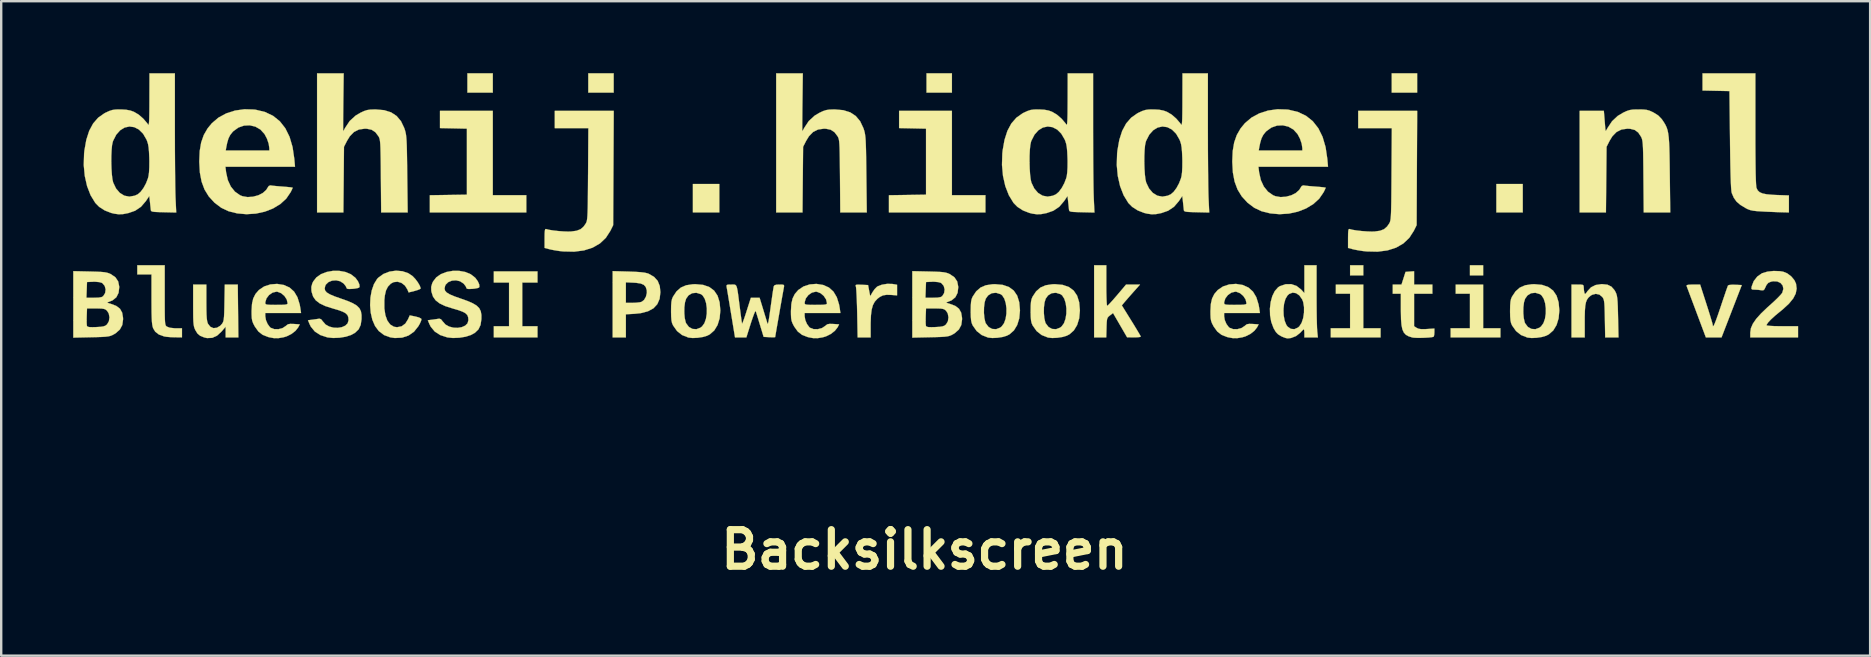
<source format=kicad_pcb>
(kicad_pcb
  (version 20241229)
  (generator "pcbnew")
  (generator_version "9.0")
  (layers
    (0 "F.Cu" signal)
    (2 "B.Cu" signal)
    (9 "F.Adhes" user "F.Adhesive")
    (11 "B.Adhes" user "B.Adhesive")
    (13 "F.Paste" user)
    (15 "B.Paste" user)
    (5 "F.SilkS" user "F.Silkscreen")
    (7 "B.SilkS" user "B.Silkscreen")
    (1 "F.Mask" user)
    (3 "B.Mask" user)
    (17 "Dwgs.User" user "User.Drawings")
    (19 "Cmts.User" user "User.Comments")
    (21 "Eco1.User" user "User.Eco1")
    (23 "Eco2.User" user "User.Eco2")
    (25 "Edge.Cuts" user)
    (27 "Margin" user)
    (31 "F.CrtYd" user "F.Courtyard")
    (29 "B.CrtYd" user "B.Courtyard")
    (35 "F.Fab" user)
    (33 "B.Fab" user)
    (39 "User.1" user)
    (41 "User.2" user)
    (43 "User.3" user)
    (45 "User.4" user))
  (footprint "Backsilkscreen"
    (layer "F.Cu")
    (at 35.48 19.859)
    (property "Reference" "Backsilkscreen" (at 0 0 0) (layer "F.SilkS") (effects (font (size 1.524 1.524) (thickness 0.3))))
    (attr through_hole)
    (fp_poly (pts (xy -17.992 -19.05) (xy -19.05 -19.05) (xy -19.05 -19.854) (xy -17.992 -19.854) (xy -17.992 -19.05)) (stroke (width 0.01) (type solid)) (fill yes) (layer "F.SilkS"))
    (fp_poly (pts (xy -12.954 -19.05) (xy -14.012 -19.05) (xy -14.012 -19.854) (xy -12.954 -19.854) (xy -12.954 -19.05)) (stroke (width 0.01) (type solid)) (fill yes) (layer "F.SilkS"))
    (fp_poly (pts (xy -8.551 -14.055) (xy -9.652 -14.055) (xy -9.652 -15.24) (xy -8.551 -15.24) (xy -8.551 -14.055)) (stroke (width 0.01) (type solid)) (fill yes) (layer "F.SilkS"))
    (fp_poly (pts (xy 1.143 -19.05) (xy 0.085 -19.05) (xy 0.085 -19.854) (xy 1.143 -19.854) (xy 1.143 -19.05)) (stroke (width 0.01) (type solid)) (fill yes) (layer "F.SilkS"))
    (fp_poly (pts (xy 18.288 -11.43) (xy 17.738 -11.43) (xy 17.738 -11.853) (xy 18.288 -11.853) (xy 18.288 -11.43)) (stroke (width 0.01) (type solid)) (fill yes) (layer "F.SilkS"))
    (fp_poly (pts (xy 20.532 -19.05) (xy 19.473 -19.05) (xy 19.473 -19.854) (xy 20.532 -19.854) (xy 20.532 -19.05)) (stroke (width 0.01) (type solid)) (fill yes) (layer "F.SilkS"))
    (fp_poly (pts (xy 23.283 -11.43) (xy 22.733 -11.43) (xy 22.733 -11.853) (xy 23.283 -11.853) (xy 23.283 -11.43)) (stroke (width 0.01) (type solid)) (fill yes) (layer "F.SilkS"))
    (fp_poly (pts (xy 24.934 -14.055) (xy 23.834 -14.055) (xy 23.834 -15.24) (xy 24.934 -15.24) (xy 24.934 -14.055)) (stroke (width 0.01) (type solid)) (fill yes) (layer "F.SilkS"))
    (fp_poly (pts (xy 18.288 -9.229) (xy 19.008 -9.229) (xy 19.008 -8.848) (xy 16.933 -8.848) (xy 16.933 -9.229) (xy 17.738 -9.229) (xy 17.738 -10.668) (xy 17.145 -10.668) (xy 17.145 -11.049) (xy 18.288 -11.049) (xy 18.288 -9.229)) (stroke (width 0.01) (type solid)) (fill yes) (layer "F.SilkS"))
    (fp_poly (pts (xy 23.283 -9.229) (xy 24.003 -9.229) (xy 24.003 -8.848) (xy 21.929 -8.848) (xy 21.929 -9.229) (xy 22.733 -9.229) (xy 22.733 -10.668) (xy 22.14 -10.668) (xy 22.14 -11.049) (xy 23.283 -11.049) (xy 23.283 -9.229)) (stroke (width 0.01) (type solid)) (fill yes) (layer "F.SilkS"))
    (fp_poly (pts (xy 1.143 -14.774) (xy 2.54 -14.774) (xy 2.54 -14.055) (xy -1.482 -14.055) (xy -1.482 -14.772) (xy -0.709 -14.784) (xy 0.064 -14.796) (xy 0.064 -17.547) (xy -1.058 -17.571) (xy -1.058 -18.288) (xy 1.143 -18.288) (xy 1.143 -14.774)) (stroke (width 0.01) (type solid)) (fill yes) (layer "F.SilkS"))
    (fp_poly (pts (xy -17.992 -14.774) (xy -16.595 -14.774) (xy -16.595 -14.055) (xy -20.616 -14.055) (xy -20.616 -14.772) (xy -19.844 -14.784) (xy -19.071 -14.796) (xy -19.071 -17.547) (xy -19.632 -17.559) (xy -20.193 -17.571) (xy -20.193 -18.288) (xy -17.992 -18.288) (xy -17.992 -14.774)) (stroke (width 0.01) (type solid)) (fill yes) (layer "F.SilkS"))
    (fp_poly (pts (xy -16.129 -11.134) (xy -16.764 -11.134) (xy -16.764 -9.313) (xy -16.129 -9.313) (xy -16.129 -8.848) (xy -17.949 -8.848) (xy -17.949 -9.313) (xy -17.314 -9.313) (xy -17.314 -11.134) (xy -17.949 -11.134) (xy -17.949 -11.599) (xy -16.129 -11.599) (xy -16.129 -11.134)) (stroke (width 0.01) (type solid)) (fill yes) (layer "F.SilkS"))
    (fp_poly (pts (xy -31.665 -10.607) (xy -31.665 -10.25) (xy -31.664 -9.968) (xy -31.662 -9.751) (xy -31.658 -9.591) (xy -31.651 -9.478) (xy -31.64 -9.402) (xy -31.626 -9.353) (xy -31.606 -9.323) (xy -31.581 -9.302) (xy -31.571 -9.295) (xy -31.45 -9.249) (xy -31.259 -9.229) (xy -31.211 -9.229) (xy -30.946 -9.229) (xy -30.946 -8.848) (xy -31.253 -8.852) (xy -31.426 -8.858) (xy -31.582 -8.871) (xy -31.686 -8.887) (xy -31.908 -8.967) (xy -32.061 -9.085) (xy -32.147 -9.228) (xy -32.169 -9.297) (xy -32.186 -9.386) (xy -32.199 -9.506) (xy -32.207 -9.668) (xy -32.213 -9.884) (xy -32.215 -10.164) (xy -32.216 -10.436) (xy -32.216 -11.472) (xy -32.808 -11.472) (xy -32.808 -11.853) (xy -31.665 -11.853) (xy -31.665 -10.607)) (stroke (width 0.01) (type solid)) (fill yes) (layer "F.SilkS"))
    (fp_poly (pts (xy -12.33 -11.591) (xy -12.042 -11.58) (xy -11.825 -11.565) (xy -11.666 -11.546) (xy -11.55 -11.519) (xy -11.494 -11.499) (xy -11.271 -11.37) (xy -11.119 -11.203) (xy -11.033 -10.989) (xy -11.007 -10.732) (xy -11.038 -10.457) (xy -11.134 -10.234) (xy -11.295 -10.06) (xy -11.524 -9.936) (xy -11.822 -9.858) (xy -12.076 -9.831) (xy -12.446 -9.81) (xy -12.446 -8.848) (xy -12.996 -8.848) (xy -12.996 -10.287) (xy -12.446 -10.287) (xy -12.174 -10.287) (xy -12.011 -10.294) (xy -11.868 -10.31) (xy -11.791 -10.329) (xy -11.687 -10.409) (xy -11.61 -10.542) (xy -11.571 -10.701) (xy -11.576 -10.817) (xy -11.618 -10.949) (xy -11.698 -11.038) (xy -11.828 -11.093) (xy -12.022 -11.122) (xy -12.112 -11.127) (xy -12.446 -11.143) (xy -12.446 -10.287) (xy -12.996 -10.287) (xy -12.996 -11.609) (xy -12.33 -11.591)) (stroke (width 0.01) (type solid)) (fill yes) (layer "F.SilkS"))
    (fp_poly (pts (xy -1.341 -11.075) (xy -1.312 -11.07) (xy -1.143 -11.042) (xy -1.143 -10.598) (xy -1.374 -10.617) (xy -1.58 -10.623) (xy -1.735 -10.597) (xy -1.868 -10.53) (xy -1.967 -10.452) (xy -2.072 -10.336) (xy -2.149 -10.193) (xy -2.201 -10.008) (xy -2.231 -9.769) (xy -2.243 -9.463) (xy -2.244 -9.369) (xy -2.244 -8.848) (xy -2.786 -8.848) (xy -2.805 -9.853) (xy -2.812 -10.142) (xy -2.821 -10.406) (xy -2.831 -10.633) (xy -2.841 -10.81) (xy -2.851 -10.924) (xy -2.857 -10.956) (xy -2.871 -11.008) (xy -2.856 -11.036) (xy -2.795 -11.046) (xy -2.672 -11.043) (xy -2.62 -11.041) (xy -2.351 -11.028) (xy -2.307 -10.795) (xy -2.262 -10.562) (xy -2.164 -10.735) (xy -2.079 -10.857) (xy -1.984 -10.953) (xy -1.954 -10.974) (xy -1.776 -11.043) (xy -1.558 -11.079) (xy -1.341 -11.075)) (stroke (width 0.01) (type solid)) (fill yes) (layer "F.SilkS"))
    (fp_poly (pts (xy 20.405 -11.049) (xy 21.167 -11.049) (xy 21.167 -10.668) (xy 20.405 -10.668) (xy 20.405 -9.315) (xy 20.511 -9.245) (xy 20.592 -9.208) (xy 20.701 -9.191) (xy 20.86 -9.191) (xy 20.935 -9.196) (xy 21.251 -9.216) (xy 21.251 -9.055) (xy 21.243 -8.947) (xy 21.223 -8.88) (xy 21.218 -8.874) (xy 21.149 -8.857) (xy 21.021 -8.843) (xy 20.855 -8.833) (xy 20.678 -8.828) (xy 20.513 -8.829) (xy 20.384 -8.836) (xy 20.332 -8.844) (xy 20.179 -8.892) (xy 20.062 -8.957) (xy 19.977 -9.05) (xy 19.918 -9.18) (xy 19.881 -9.36) (xy 19.861 -9.6) (xy 19.855 -9.911) (xy 19.854 -9.989) (xy 19.854 -10.668) (xy 19.516 -10.668) (xy 19.516 -11.049) (xy 19.88 -11.049) (xy 19.965 -11.314) (xy 20.049 -11.578) (xy 20.227 -11.591) (xy 20.405 -11.604) (xy 20.405 -11.049)) (stroke (width 0.01) (type solid)) (fill yes) (layer "F.SilkS"))
    (fp_poly (pts (xy 32.59 -10.234) (xy 32.67 -9.984) (xy 32.74 -9.759) (xy 32.796 -9.573) (xy 32.835 -9.44) (xy 32.851 -9.371) (xy 32.852 -9.366) (xy 32.858 -9.311) (xy 32.883 -9.324) (xy 32.927 -9.409) (xy 32.99 -9.568) (xy 33.074 -9.803) (xy 33.181 -10.117) (xy 33.189 -10.143) (xy 33.273 -10.394) (xy 33.35 -10.619) (xy 33.413 -10.805) (xy 33.461 -10.938) (xy 33.487 -11.007) (xy 33.489 -11.012) (xy 33.542 -11.032) (xy 33.653 -11.042) (xy 33.789 -11.041) (xy 34.063 -11.028) (xy 33.641 -9.938) (xy 33.219 -8.848) (xy 32.565 -8.848) (xy 32.173 -9.895) (xy 32.067 -10.178) (xy 31.97 -10.435) (xy 31.887 -10.657) (xy 31.822 -10.832) (xy 31.778 -10.949) (xy 31.761 -10.996) (xy 31.774 -11.026) (xy 31.847 -11.042) (xy 31.992 -11.049) (xy 32.034 -11.049) (xy 32.327 -11.049) (xy 32.59 -10.234)) (stroke (width 0.01) (type solid)) (fill yes) (layer "F.SilkS"))
    (fp_poly (pts (xy -29.93 -10.304) (xy -29.928 -10.017) (xy -29.923 -9.8) (xy -29.913 -9.642) (xy -29.897 -9.529) (xy -29.875 -9.447) (xy -29.861 -9.415) (xy -29.764 -9.29) (xy -29.635 -9.234) (xy -29.492 -9.248) (xy -29.352 -9.331) (xy -29.278 -9.412) (xy -29.246 -9.461) (xy -29.222 -9.519) (xy -29.205 -9.6) (xy -29.193 -9.717) (xy -29.185 -9.883) (xy -29.179 -10.112) (xy -29.176 -10.29) (xy -29.162 -11.049) (xy -28.62 -11.049) (xy -28.608 -9.948) (xy -28.596 -8.848) (xy -28.861 -8.848) (xy -29.125 -8.848) (xy -29.126 -9.292) (xy -29.297 -9.092) (xy -29.485 -8.919) (xy -29.684 -8.829) (xy -29.899 -8.819) (xy -30.017 -8.845) (xy -30.186 -8.913) (xy -30.301 -9.009) (xy -30.391 -9.156) (xy -30.391 -9.157) (xy -30.422 -9.226) (xy -30.444 -9.299) (xy -30.46 -9.389) (xy -30.471 -9.511) (xy -30.477 -9.676) (xy -30.479 -9.899) (xy -30.48 -10.193) (xy -30.48 -11.049) (xy -29.93 -11.049) (xy -29.93 -10.304)) (stroke (width 0.01) (type solid)) (fill yes) (layer "F.SilkS"))
    (fp_poly (pts (xy 7.578 -11.007) (xy 7.579 -10.749) (xy 7.584 -10.523) (xy 7.591 -10.342) (xy 7.6 -10.217) (xy 7.611 -10.162) (xy 7.613 -10.16) (xy 7.652 -10.191) (xy 7.734 -10.275) (xy 7.848 -10.4) (xy 7.983 -10.556) (xy 8.025 -10.604) (xy 8.401 -11.049) (xy 8.983 -11.049) (xy 8.714 -10.747) (xy 8.582 -10.598) (xy 8.458 -10.456) (xy 8.362 -10.345) (xy 8.335 -10.314) (xy 8.225 -10.181) (xy 8.619 -9.546) (xy 8.747 -9.339) (xy 8.857 -9.156) (xy 8.944 -9.011) (xy 8.999 -8.914) (xy 9.015 -8.879) (xy 8.977 -8.864) (xy 8.877 -8.852) (xy 8.735 -8.848) (xy 8.731 -8.848) (xy 8.445 -8.849) (xy 8.152 -9.355) (xy 7.858 -9.862) (xy 7.728 -9.762) (xy 7.668 -9.713) (xy 7.63 -9.662) (xy 7.607 -9.591) (xy 7.595 -9.479) (xy 7.588 -9.308) (xy 7.587 -9.255) (xy 7.575 -8.848) (xy 7.07 -8.848) (xy 7.07 -11.853) (xy 7.578 -11.853) (xy 7.578 -11.007)) (stroke (width 0.01) (type solid)) (fill yes) (layer "F.SilkS"))
    (fp_poly (pts (xy -12.975 -13.525) (xy -13.092 -13.287) (xy -13.28 -12.996) (xy -13.528 -12.762) (xy -13.833 -12.587) (xy -14.191 -12.473) (xy -14.599 -12.42) (xy -15.054 -12.43) (xy -15.224 -12.448) (xy -15.399 -12.475) (xy -15.57 -12.508) (xy -15.657 -12.529) (xy -15.833 -12.576) (xy -15.833 -12.981) (xy -15.831 -13.172) (xy -15.823 -13.291) (xy -15.808 -13.352) (xy -15.783 -13.366) (xy -15.773 -13.364) (xy -15.654 -13.333) (xy -15.475 -13.304) (xy -15.264 -13.28) (xy -15.047 -13.264) (xy -14.848 -13.257) (xy -14.724 -13.261) (xy -14.499 -13.292) (xy -14.333 -13.357) (xy -14.205 -13.468) (xy -14.118 -13.593) (xy -14.098 -13.631) (xy -14.081 -13.674) (xy -14.068 -13.731) (xy -14.057 -13.809) (xy -14.048 -13.916) (xy -14.041 -14.061) (xy -14.035 -14.25) (xy -14.031 -14.492) (xy -14.028 -14.795) (xy -14.025 -15.166) (xy -14.022 -15.613) (xy -14.021 -15.653) (xy -14.009 -17.568) (xy -15.409 -17.568) (xy -15.409 -18.288) (xy -12.951 -18.288) (xy -12.975 -13.525)) (stroke (width 0.01) (type solid)) (fill yes) (layer "F.SilkS"))
    (fp_poly (pts (xy 34.629 -17.532) (xy 34.629 -16.947) (xy 34.632 -16.445) (xy 34.636 -16.023) (xy 34.641 -15.681) (xy 34.649 -15.416) (xy 34.658 -15.226) (xy 34.668 -15.111) (xy 34.676 -15.076) (xy 34.727 -14.974) (xy 34.807 -14.899) (xy 34.929 -14.846) (xy 35.104 -14.811) (xy 35.344 -14.79) (xy 35.507 -14.782) (xy 36.026 -14.764) (xy 36.026 -14.055) (xy 35.719 -14.062) (xy 35.544 -14.068) (xy 35.318 -14.077) (xy 35.076 -14.087) (xy 34.925 -14.095) (xy 34.7 -14.109) (xy 34.538 -14.127) (xy 34.415 -14.153) (xy 34.31 -14.192) (xy 34.227 -14.234) (xy 34.004 -14.369) (xy 33.845 -14.505) (xy 33.732 -14.663) (xy 33.645 -14.864) (xy 33.644 -14.864) (xy 33.631 -14.939) (xy 33.618 -15.083) (xy 33.607 -15.299) (xy 33.597 -15.588) (xy 33.588 -15.955) (xy 33.58 -16.4) (xy 33.573 -16.927) (xy 33.572 -17.06) (xy 33.549 -19.113) (xy 32.988 -19.125) (xy 32.427 -19.137) (xy 32.427 -19.854) (xy 34.629 -19.854) (xy 34.629 -17.532)) (stroke (width 0.01) (type solid)) (fill yes) (layer "F.SilkS"))
    (fp_poly (pts (xy 20.522 -15.907) (xy 20.511 -13.525) (xy 20.393 -13.287) (xy 20.205 -12.996) (xy 19.957 -12.762) (xy 19.653 -12.587) (xy 19.295 -12.473) (xy 18.887 -12.42) (xy 18.432 -12.43) (xy 18.262 -12.448) (xy 18.087 -12.475) (xy 17.915 -12.508) (xy 17.828 -12.529) (xy 17.653 -12.576) (xy 17.653 -12.981) (xy 17.655 -13.172) (xy 17.663 -13.291) (xy 17.678 -13.352) (xy 17.703 -13.366) (xy 17.712 -13.364) (xy 17.832 -13.333) (xy 18.01 -13.304) (xy 18.221 -13.28) (xy 18.439 -13.264) (xy 18.637 -13.257) (xy 18.761 -13.261) (xy 18.987 -13.292) (xy 19.153 -13.357) (xy 19.28 -13.468) (xy 19.367 -13.593) (xy 19.388 -13.631) (xy 19.404 -13.674) (xy 19.418 -13.731) (xy 19.429 -13.809) (xy 19.438 -13.916) (xy 19.445 -14.061) (xy 19.45 -14.25) (xy 19.455 -14.492) (xy 19.458 -14.795) (xy 19.461 -15.166) (xy 19.464 -15.613) (xy 19.464 -15.653) (xy 19.477 -17.568) (xy 18.076 -17.568) (xy 18.076 -18.288) (xy 20.534 -18.288) (xy 20.522 -15.907)) (stroke (width 0.01) (type solid)) (fill yes) (layer "F.SilkS"))
    (fp_poly (pts (xy 28.464 -11.044) (xy 28.629 -10.963) (xy 28.758 -10.816) (xy 28.806 -10.729) (xy 28.835 -10.661) (xy 28.857 -10.581) (xy 28.873 -10.476) (xy 28.886 -10.332) (xy 28.895 -10.137) (xy 28.902 -9.877) (xy 28.906 -9.705) (xy 28.924 -8.848) (xy 28.37 -8.848) (xy 28.356 -9.628) (xy 28.35 -9.906) (xy 28.344 -10.113) (xy 28.335 -10.262) (xy 28.321 -10.366) (xy 28.303 -10.439) (xy 28.277 -10.492) (xy 28.253 -10.527) (xy 28.129 -10.631) (xy 27.978 -10.663) (xy 27.821 -10.622) (xy 27.753 -10.578) (xy 27.671 -10.504) (xy 27.61 -10.418) (xy 27.567 -10.307) (xy 27.539 -10.159) (xy 27.524 -9.96) (xy 27.517 -9.696) (xy 27.517 -9.526) (xy 27.517 -8.848) (xy 26.966 -8.848) (xy 26.966 -11.049) (xy 27.22 -11.049) (xy 27.361 -11.047) (xy 27.437 -11.035) (xy 27.468 -11.004) (xy 27.475 -10.945) (xy 27.475 -10.933) (xy 27.485 -10.805) (xy 27.501 -10.719) (xy 27.521 -10.663) (xy 27.546 -10.661) (xy 27.594 -10.72) (xy 27.629 -10.772) (xy 27.779 -10.934) (xy 27.97 -11.03) (xy 28.213 -11.067) (xy 28.245 -11.067) (xy 28.464 -11.044)) (stroke (width 0.01) (type solid)) (fill yes) (layer "F.SilkS"))
    (fp_poly (pts (xy -21.758 -11.605) (xy -21.511 -11.521) (xy -21.329 -11.397) (xy -21.219 -11.28) (xy -21.116 -11.143) (xy -21.038 -11.009) (xy -20.999 -10.904) (xy -20.997 -10.887) (xy -21.035 -10.857) (xy -21.133 -10.818) (xy -21.248 -10.784) (xy -21.5 -10.721) (xy -21.55 -10.844) (xy -21.654 -11.008) (xy -21.798 -11.119) (xy -21.961 -11.168) (xy -22.126 -11.15) (xy -22.241 -11.088) (xy -22.361 -10.964) (xy -22.443 -10.803) (xy -22.492 -10.589) (xy -22.511 -10.396) (xy -22.511 -10.058) (xy -22.469 -9.774) (xy -22.387 -9.547) (xy -22.268 -9.385) (xy -22.115 -9.292) (xy -21.982 -9.271) (xy -21.791 -9.309) (xy -21.637 -9.423) (xy -21.524 -9.604) (xy -21.453 -9.765) (xy -21.215 -9.717) (xy -21.066 -9.677) (xy -20.98 -9.631) (xy -20.965 -9.608) (xy -20.979 -9.541) (xy -21.028 -9.429) (xy -21.092 -9.315) (xy -21.274 -9.086) (xy -21.503 -8.926) (xy -21.772 -8.837) (xy -22.073 -8.822) (xy -22.264 -8.849) (xy -22.525 -8.945) (xy -22.744 -9.113) (xy -22.899 -9.321) (xy -23.011 -9.58) (xy -23.079 -9.875) (xy -23.105 -10.19) (xy -23.091 -10.506) (xy -23.037 -10.804) (xy -22.945 -11.068) (xy -22.816 -11.28) (xy -22.765 -11.335) (xy -22.548 -11.492) (xy -22.295 -11.59) (xy -22.025 -11.628) (xy -21.758 -11.605)) (stroke (width 0.01) (type solid)) (fill yes) (layer "F.SilkS"))
    (fp_poly (pts (xy -24.221 -18.648) (xy -24.224 -18.338) (xy -24.227 -18.058) (xy -24.229 -17.817) (xy -24.229 -17.628) (xy -24.229 -17.5) (xy -24.227 -17.443) (xy -24.226 -17.441) (xy -24.203 -17.475) (xy -24.158 -17.558) (xy -24.147 -17.579) (xy -23.956 -17.866) (xy -23.707 -18.093) (xy -23.508 -18.21) (xy -23.357 -18.28) (xy -23.233 -18.321) (xy -23.102 -18.341) (xy -22.93 -18.347) (xy -22.864 -18.347) (xy -22.518 -18.317) (xy -22.231 -18.227) (xy -21.999 -18.074) (xy -21.817 -17.857) (xy -21.681 -17.571) (xy -21.667 -17.528) (xy -21.643 -17.452) (xy -21.624 -17.374) (xy -21.608 -17.286) (xy -21.596 -17.178) (xy -21.586 -17.04) (xy -21.578 -16.863) (xy -21.572 -16.638) (xy -21.567 -16.355) (xy -21.562 -16.004) (xy -21.558 -15.653) (xy -21.539 -14.055) (xy -22.644 -14.055) (xy -22.657 -15.568) (xy -22.66 -15.968) (xy -22.664 -16.292) (xy -22.669 -16.549) (xy -22.674 -16.749) (xy -22.681 -16.9) (xy -22.691 -17.011) (xy -22.703 -17.092) (xy -22.719 -17.15) (xy -22.738 -17.196) (xy -22.754 -17.225) (xy -22.885 -17.399) (xy -23.04 -17.501) (xy -23.238 -17.543) (xy -23.327 -17.546) (xy -23.572 -17.511) (xy -23.777 -17.408) (xy -23.95 -17.231) (xy -24.066 -17.041) (xy -24.194 -16.791) (xy -24.206 -15.423) (xy -24.219 -14.055) (xy -25.315 -14.055) (xy -25.315 -19.854) (xy -24.206 -19.854) (xy -24.221 -18.648)) (stroke (width 0.01) (type solid)) (fill yes) (layer "F.SilkS"))
    (fp_poly (pts (xy -9.227 -11.036) (xy -8.968 -10.947) (xy -8.768 -10.798) (xy -8.625 -10.587) (xy -8.539 -10.313) (xy -8.509 -9.977) (xy -8.509 -9.967) (xy -8.538 -9.642) (xy -8.624 -9.363) (xy -8.761 -9.137) (xy -8.947 -8.974) (xy -9.063 -8.915) (xy -9.243 -8.863) (xy -9.455 -8.831) (xy -9.663 -8.822) (xy -9.832 -8.84) (xy -9.842 -8.842) (xy -10.104 -8.946) (xy -10.312 -9.111) (xy -10.477 -9.344) (xy -10.483 -9.356) (xy -10.522 -9.447) (xy -10.546 -9.561) (xy -10.558 -9.717) (xy -10.561 -9.872) (xy -10.011 -9.872) (xy -9.993 -9.655) (xy -9.952 -9.479) (xy -9.934 -9.435) (xy -9.82 -9.284) (xy -9.671 -9.201) (xy -9.504 -9.189) (xy -9.338 -9.252) (xy -9.271 -9.303) (xy -9.173 -9.438) (xy -9.108 -9.622) (xy -9.074 -9.836) (xy -9.072 -10.06) (xy -9.101 -10.275) (xy -9.16 -10.46) (xy -9.248 -10.597) (xy -9.315 -10.648) (xy -9.506 -10.707) (xy -9.684 -10.689) (xy -9.835 -10.598) (xy -9.934 -10.461) (xy -9.982 -10.306) (xy -10.008 -10.099) (xy -10.011 -9.872) (xy -10.561 -9.872) (xy -10.562 -9.936) (xy -10.562 -9.948) (xy -10.559 -10.171) (xy -10.547 -10.33) (xy -10.523 -10.445) (xy -10.485 -10.537) (xy -10.483 -10.541) (xy -10.333 -10.767) (xy -10.154 -10.924) (xy -9.933 -11.02) (xy -9.657 -11.062) (xy -9.545 -11.065) (xy -9.227 -11.036)) (stroke (width 0.01) (type solid)) (fill yes) (layer "F.SilkS"))
    (fp_poly (pts (xy -5.086 -18.648) (xy -5.09 -18.338) (xy -5.092 -18.058) (xy -5.094 -17.817) (xy -5.094 -17.628) (xy -5.094 -17.5) (xy -5.092 -17.443) (xy -5.092 -17.441) (xy -5.068 -17.475) (xy -5.023 -17.558) (xy -5.012 -17.579) (xy -4.822 -17.866) (xy -4.573 -18.093) (xy -4.374 -18.21) (xy -4.223 -18.28) (xy -4.098 -18.321) (xy -3.967 -18.341) (xy -3.796 -18.347) (xy -3.729 -18.347) (xy -3.384 -18.317) (xy -3.096 -18.227) (xy -2.864 -18.074) (xy -2.682 -17.857) (xy -2.547 -17.571) (xy -2.532 -17.528) (xy -2.508 -17.452) (xy -2.489 -17.374) (xy -2.474 -17.286) (xy -2.461 -17.178) (xy -2.451 -17.04) (xy -2.444 -16.863) (xy -2.437 -16.638) (xy -2.432 -16.355) (xy -2.427 -16.004) (xy -2.423 -15.653) (xy -2.405 -14.055) (xy -3.51 -14.055) (xy -3.522 -15.568) (xy -3.526 -15.968) (xy -3.53 -16.292) (xy -3.534 -16.549) (xy -3.539 -16.749) (xy -3.547 -16.9) (xy -3.556 -17.011) (xy -3.568 -17.092) (xy -3.584 -17.15) (xy -3.603 -17.196) (xy -3.619 -17.225) (xy -3.75 -17.399) (xy -3.905 -17.501) (xy -4.104 -17.543) (xy -4.193 -17.546) (xy -4.437 -17.511) (xy -4.642 -17.408) (xy -4.815 -17.231) (xy -4.931 -17.041) (xy -5.059 -16.791) (xy -5.072 -15.423) (xy -5.084 -14.055) (xy -6.181 -14.055) (xy -6.181 -19.854) (xy -5.071 -19.854) (xy -5.086 -18.648)) (stroke (width 0.01) (type solid)) (fill yes) (layer "F.SilkS"))
    (fp_poly (pts (xy 3.261 -11.036) (xy 3.52 -10.947) (xy 3.721 -10.798) (xy 3.864 -10.587) (xy 3.949 -10.313) (xy 3.979 -9.977) (xy 3.979 -9.967) (xy 3.95 -9.642) (xy 3.864 -9.363) (xy 3.727 -9.137) (xy 3.541 -8.974) (xy 3.425 -8.915) (xy 3.246 -8.863) (xy 3.034 -8.831) (xy 2.825 -8.822) (xy 2.656 -8.84) (xy 2.646 -8.842) (xy 2.384 -8.946) (xy 2.176 -9.111) (xy 2.011 -9.344) (xy 2.005 -9.356) (xy 1.967 -9.447) (xy 1.943 -9.561) (xy 1.93 -9.717) (xy 1.927 -9.872) (xy 2.477 -9.872) (xy 2.496 -9.655) (xy 2.536 -9.479) (xy 2.554 -9.435) (xy 2.668 -9.284) (xy 2.817 -9.201) (xy 2.984 -9.189) (xy 3.15 -9.252) (xy 3.217 -9.303) (xy 3.315 -9.438) (xy 3.381 -9.622) (xy 3.414 -9.836) (xy 3.416 -10.06) (xy 3.387 -10.275) (xy 3.328 -10.46) (xy 3.24 -10.597) (xy 3.174 -10.648) (xy 2.983 -10.707) (xy 2.804 -10.689) (xy 2.653 -10.598) (xy 2.554 -10.461) (xy 2.506 -10.306) (xy 2.481 -10.099) (xy 2.477 -9.872) (xy 1.927 -9.872) (xy 1.926 -9.936) (xy 1.926 -9.948) (xy 1.93 -10.171) (xy 1.942 -10.33) (xy 1.965 -10.445) (xy 2.003 -10.537) (xy 2.005 -10.541) (xy 2.155 -10.767) (xy 2.335 -10.924) (xy 2.556 -11.02) (xy 2.831 -11.062) (xy 2.943 -11.065) (xy 3.261 -11.036)) (stroke (width 0.01) (type solid)) (fill yes) (layer "F.SilkS"))
    (fp_poly (pts (xy 5.759 -11.036) (xy 6.018 -10.947) (xy 6.218 -10.798) (xy 6.361 -10.587) (xy 6.447 -10.313) (xy 6.477 -9.977) (xy 6.477 -9.967) (xy 6.448 -9.642) (xy 6.362 -9.363) (xy 6.225 -9.137) (xy 6.039 -8.974) (xy 5.923 -8.915) (xy 5.743 -8.863) (xy 5.531 -8.831) (xy 5.323 -8.822) (xy 5.154 -8.84) (xy 5.144 -8.842) (xy 4.882 -8.946) (xy 4.674 -9.111) (xy 4.509 -9.344) (xy 4.503 -9.356) (xy 4.464 -9.447) (xy 4.44 -9.561) (xy 4.428 -9.717) (xy 4.425 -9.872) (xy 4.975 -9.872) (xy 4.993 -9.655) (xy 5.034 -9.479) (xy 5.052 -9.435) (xy 5.166 -9.284) (xy 5.315 -9.201) (xy 5.482 -9.189) (xy 5.648 -9.252) (xy 5.715 -9.303) (xy 5.813 -9.438) (xy 5.878 -9.622) (xy 5.912 -9.836) (xy 5.914 -10.06) (xy 5.885 -10.275) (xy 5.826 -10.46) (xy 5.738 -10.597) (xy 5.671 -10.648) (xy 5.48 -10.707) (xy 5.302 -10.689) (xy 5.151 -10.598) (xy 5.052 -10.461) (xy 5.004 -10.306) (xy 4.978 -10.099) (xy 4.975 -9.872) (xy 4.425 -9.872) (xy 4.424 -9.936) (xy 4.424 -9.948) (xy 4.427 -10.171) (xy 4.439 -10.33) (xy 4.463 -10.445) (xy 4.501 -10.537) (xy 4.503 -10.541) (xy 4.653 -10.767) (xy 4.832 -10.924) (xy 5.053 -11.02) (xy 5.329 -11.062) (xy 5.441 -11.065) (xy 5.759 -11.036)) (stroke (width 0.01) (type solid)) (fill yes) (layer "F.SilkS"))
    (fp_poly (pts (xy 25.74 -11.036) (xy 25.999 -10.947) (xy 26.2 -10.798) (xy 26.343 -10.587) (xy 26.428 -10.313) (xy 26.458 -9.977) (xy 26.458 -9.967) (xy 26.429 -9.642) (xy 26.343 -9.363) (xy 26.206 -9.137) (xy 26.02 -8.974) (xy 25.904 -8.915) (xy 25.725 -8.863) (xy 25.513 -8.831) (xy 25.304 -8.822) (xy 25.135 -8.84) (xy 25.125 -8.842) (xy 24.863 -8.946) (xy 24.655 -9.111) (xy 24.49 -9.344) (xy 24.484 -9.356) (xy 24.446 -9.447) (xy 24.422 -9.561) (xy 24.409 -9.717) (xy 24.406 -9.872) (xy 24.956 -9.872) (xy 24.975 -9.655) (xy 25.015 -9.479) (xy 25.033 -9.435) (xy 25.147 -9.284) (xy 25.296 -9.201) (xy 25.463 -9.189) (xy 25.629 -9.252) (xy 25.696 -9.303) (xy 25.794 -9.438) (xy 25.86 -9.622) (xy 25.893 -9.836) (xy 25.895 -10.06) (xy 25.866 -10.275) (xy 25.807 -10.46) (xy 25.719 -10.597) (xy 25.653 -10.648) (xy 25.462 -10.707) (xy 25.283 -10.689) (xy 25.132 -10.598) (xy 25.033 -10.461) (xy 24.985 -10.306) (xy 24.96 -10.099) (xy 24.956 -9.872) (xy 24.406 -9.872) (xy 24.405 -9.936) (xy 24.405 -9.948) (xy 24.409 -10.171) (xy 24.421 -10.33) (xy 24.444 -10.445) (xy 24.482 -10.537) (xy 24.484 -10.541) (xy 24.634 -10.767) (xy 24.814 -10.924) (xy 25.035 -11.02) (xy 25.31 -11.062) (xy 25.422 -11.065) (xy 25.74 -11.036)) (stroke (width 0.01) (type solid)) (fill yes) (layer "F.SilkS"))
    (fp_poly (pts (xy 35.652 -11.607) (xy 35.785 -11.586) (xy 35.959 -11.515) (xy 36.125 -11.388) (xy 36.257 -11.229) (xy 36.323 -11.086) (xy 36.349 -10.879) (xy 36.311 -10.676) (xy 36.205 -10.469) (xy 36.027 -10.252) (xy 35.773 -10.018) (xy 35.686 -9.947) (xy 35.454 -9.756) (xy 35.276 -9.593) (xy 35.155 -9.463) (xy 35.098 -9.373) (xy 35.094 -9.352) (xy 35.135 -9.338) (xy 35.246 -9.327) (xy 35.417 -9.318) (xy 35.634 -9.314) (xy 35.751 -9.313) (xy 36.407 -9.313) (xy 36.407 -8.848) (xy 34.417 -8.848) (xy 34.417 -9.055) (xy 34.443 -9.229) (xy 34.523 -9.415) (xy 34.663 -9.619) (xy 34.868 -9.848) (xy 35.141 -10.108) (xy 35.224 -10.181) (xy 35.395 -10.336) (xy 35.548 -10.482) (xy 35.667 -10.606) (xy 35.74 -10.693) (xy 35.751 -10.712) (xy 35.796 -10.87) (xy 35.768 -11.008) (xy 35.68 -11.114) (xy 35.544 -11.178) (xy 35.37 -11.187) (xy 35.279 -11.169) (xy 35.167 -11.12) (xy 35.093 -11.033) (xy 35.058 -10.959) (xy 35.008 -10.854) (xy 34.959 -10.81) (xy 34.887 -10.81) (xy 34.867 -10.814) (xy 34.735 -10.831) (xy 34.597 -10.837) (xy 34.499 -10.842) (xy 34.464 -10.873) (xy 34.472 -10.954) (xy 34.476 -10.974) (xy 34.561 -11.195) (xy 34.71 -11.384) (xy 34.904 -11.519) (xy 34.917 -11.525) (xy 35.131 -11.588) (xy 35.387 -11.616) (xy 35.652 -11.607)) (stroke (width 0.01) (type solid)) (fill yes) (layer "F.SilkS"))
    (fp_poly (pts (xy 29.956 -18.345) (xy 30.096 -18.33) (xy 30.214 -18.298) (xy 30.342 -18.241) (xy 30.38 -18.222) (xy 30.578 -18.099) (xy 30.725 -17.948) (xy 30.765 -17.891) (xy 30.832 -17.789) (xy 30.887 -17.694) (xy 30.932 -17.595) (xy 30.968 -17.486) (xy 30.995 -17.355) (xy 31.016 -17.194) (xy 31.032 -16.994) (xy 31.043 -16.745) (xy 31.051 -16.438) (xy 31.057 -16.065) (xy 31.062 -15.653) (xy 31.081 -14.055) (xy 29.976 -14.055) (xy 29.963 -15.547) (xy 29.96 -15.944) (xy 29.956 -16.266) (xy 29.952 -16.522) (xy 29.946 -16.721) (xy 29.938 -16.871) (xy 29.928 -16.983) (xy 29.915 -17.066) (xy 29.899 -17.128) (xy 29.879 -17.179) (xy 29.866 -17.206) (xy 29.748 -17.384) (xy 29.602 -17.493) (xy 29.411 -17.541) (xy 29.293 -17.546) (xy 29.049 -17.511) (xy 28.843 -17.408) (xy 28.67 -17.231) (xy 28.554 -17.041) (xy 28.427 -16.791) (xy 28.414 -15.423) (xy 28.401 -14.055) (xy 27.305 -14.055) (xy 27.305 -18.288) (xy 28.314 -18.288) (xy 28.341 -17.96) (xy 28.355 -17.787) (xy 28.367 -17.635) (xy 28.376 -17.533) (xy 28.377 -17.526) (xy 28.385 -17.464) (xy 28.404 -17.463) (xy 28.444 -17.53) (xy 28.464 -17.568) (xy 28.656 -17.857) (xy 28.892 -18.078) (xy 29.112 -18.21) (xy 29.262 -18.28) (xy 29.386 -18.321) (xy 29.518 -18.342) (xy 29.689 -18.348) (xy 29.762 -18.348) (xy 29.956 -18.345)) (stroke (width 0.01) (type solid)) (fill yes) (layer "F.SilkS"))
    (fp_poly (pts (xy 16.341 -10.611) (xy 16.342 -10.28) (xy 16.344 -9.964) (xy 16.348 -9.676) (xy 16.354 -9.431) (xy 16.36 -9.24) (xy 16.367 -9.119) (xy 16.368 -9.108) (xy 16.395 -8.848) (xy 15.833 -8.848) (xy 15.833 -9.017) (xy 15.828 -9.123) (xy 15.815 -9.182) (xy 15.81 -9.186) (xy 15.771 -9.157) (xy 15.699 -9.084) (xy 15.659 -9.039) (xy 15.488 -8.904) (xy 15.277 -8.822) (xy 15.133 -8.806) (xy 15.045 -8.824) (xy 14.92 -8.871) (xy 14.857 -8.901) (xy 14.736 -8.976) (xy 14.644 -9.072) (xy 14.557 -9.218) (xy 14.544 -9.245) (xy 14.452 -9.493) (xy 14.403 -9.766) (xy 14.397 -10.011) (xy 14.961 -10.011) (xy 14.969 -9.771) (xy 15.009 -9.548) (xy 15.082 -9.367) (xy 15.133 -9.297) (xy 15.268 -9.203) (xy 15.416 -9.19) (xy 15.564 -9.257) (xy 15.62 -9.305) (xy 15.715 -9.45) (xy 15.782 -9.65) (xy 15.817 -9.879) (xy 15.818 -10.112) (xy 15.783 -10.323) (xy 15.74 -10.432) (xy 15.624 -10.596) (xy 15.487 -10.691) (xy 15.341 -10.713) (xy 15.2 -10.658) (xy 15.133 -10.599) (xy 15.043 -10.45) (xy 14.986 -10.246) (xy 14.961 -10.011) (xy 14.397 -10.011) (xy 14.396 -10.047) (xy 14.428 -10.321) (xy 14.497 -10.57) (xy 14.6 -10.779) (xy 14.735 -10.932) (xy 14.809 -10.981) (xy 15.05 -11.063) (xy 15.287 -11.067) (xy 15.505 -10.993) (xy 15.693 -10.846) (xy 15.833 -10.694) (xy 15.833 -11.853) (xy 16.341 -11.853) (xy 16.341 -10.611)) (stroke (width 0.01) (type solid)) (fill yes) (layer "F.SilkS"))
    (fp_poly (pts (xy -26.7 -11.032) (xy -26.461 -10.925) (xy -26.273 -10.756) (xy -26.133 -10.521) (xy -26.039 -10.218) (xy -26.012 -10.065) (xy -25.983 -9.864) (xy -27.474 -9.864) (xy -27.474 -9.732) (xy -27.447 -9.57) (xy -27.377 -9.406) (xy -27.282 -9.277) (xy -27.248 -9.248) (xy -27.099 -9.191) (xy -26.922 -9.19) (xy -26.746 -9.239) (xy -26.602 -9.335) (xy -26.585 -9.353) (xy -26.525 -9.395) (xy -26.43 -9.411) (xy -26.279 -9.407) (xy -26.037 -9.39) (xy -26.101 -9.266) (xy -26.214 -9.122) (xy -26.384 -8.99) (xy -26.585 -8.89) (xy -26.717 -8.851) (xy -26.927 -8.816) (xy -27.104 -8.815) (xy -27.293 -8.849) (xy -27.35 -8.863) (xy -27.58 -8.952) (xy -27.758 -9.09) (xy -27.905 -9.294) (xy -27.921 -9.321) (xy -27.98 -9.436) (xy -28.017 -9.537) (xy -28.037 -9.65) (xy -28.044 -9.803) (xy -28.045 -9.948) (xy -28.028 -10.239) (xy -28.017 -10.289) (xy -27.474 -10.289) (xy -27.469 -10.251) (xy -27.445 -10.226) (xy -27.386 -10.212) (xy -27.278 -10.205) (xy -27.107 -10.202) (xy -27.009 -10.202) (xy -26.802 -10.204) (xy -26.666 -10.21) (xy -26.587 -10.223) (xy -26.551 -10.244) (xy -26.543 -10.27) (xy -26.58 -10.429) (xy -26.677 -10.576) (xy -26.812 -10.69) (xy -26.964 -10.749) (xy -27.009 -10.753) (xy -27.17 -10.714) (xy -27.316 -10.614) (xy -27.424 -10.473) (xy -27.473 -10.313) (xy -27.474 -10.289) (xy -28.017 -10.289) (xy -27.977 -10.468) (xy -27.884 -10.655) (xy -27.743 -10.819) (xy -27.736 -10.825) (xy -27.521 -10.97) (xy -27.262 -11.055) (xy -26.982 -11.077) (xy -26.7 -11.032)) (stroke (width 0.01) (type solid)) (fill yes) (layer "F.SilkS"))
    (fp_poly (pts (xy -4.221 -11.032) (xy -3.982 -10.925) (xy -3.794 -10.756) (xy -3.654 -10.521) (xy -3.56 -10.218) (xy -3.533 -10.065) (xy -3.504 -9.864) (xy -4.995 -9.864) (xy -4.995 -9.732) (xy -4.968 -9.57) (xy -4.898 -9.406) (xy -4.803 -9.277) (xy -4.769 -9.248) (xy -4.62 -9.191) (xy -4.443 -9.19) (xy -4.267 -9.239) (xy -4.123 -9.335) (xy -4.106 -9.353) (xy -4.046 -9.395) (xy -3.951 -9.411) (xy -3.8 -9.407) (xy -3.558 -9.39) (xy -3.622 -9.266) (xy -3.735 -9.122) (xy -3.905 -8.99) (xy -4.106 -8.89) (xy -4.238 -8.851) (xy -4.448 -8.816) (xy -4.625 -8.815) (xy -4.814 -8.849) (xy -4.871 -8.863) (xy -5.101 -8.952) (xy -5.279 -9.09) (xy -5.426 -9.294) (xy -5.442 -9.321) (xy -5.501 -9.436) (xy -5.538 -9.537) (xy -5.558 -9.65) (xy -5.565 -9.803) (xy -5.566 -9.948) (xy -5.549 -10.239) (xy -5.538 -10.289) (xy -4.995 -10.289) (xy -4.99 -10.251) (xy -4.966 -10.226) (xy -4.907 -10.212) (xy -4.799 -10.205) (xy -4.628 -10.202) (xy -4.53 -10.202) (xy -4.323 -10.204) (xy -4.187 -10.21) (xy -4.108 -10.223) (xy -4.072 -10.244) (xy -4.064 -10.27) (xy -4.101 -10.429) (xy -4.198 -10.576) (xy -4.333 -10.69) (xy -4.485 -10.749) (xy -4.53 -10.753) (xy -4.691 -10.714) (xy -4.837 -10.614) (xy -4.945 -10.473) (xy -4.994 -10.313) (xy -4.995 -10.289) (xy -5.538 -10.289) (xy -5.498 -10.468) (xy -5.405 -10.655) (xy -5.264 -10.819) (xy -5.257 -10.825) (xy -5.042 -10.97) (xy -4.783 -11.055) (xy -4.503 -11.077) (xy -4.221 -11.032)) (stroke (width 0.01) (type solid)) (fill yes) (layer "F.SilkS"))
    (fp_poly (pts (xy 13.262 -11.032) (xy 13.501 -10.925) (xy 13.69 -10.756) (xy 13.83 -10.521) (xy 13.924 -10.218) (xy 13.951 -10.065) (xy 13.98 -9.864) (xy 12.488 -9.864) (xy 12.488 -9.732) (xy 12.515 -9.57) (xy 12.585 -9.406) (xy 12.681 -9.277) (xy 12.715 -9.248) (xy 12.863 -9.191) (xy 13.041 -9.19) (xy 13.217 -9.239) (xy 13.361 -9.335) (xy 13.377 -9.353) (xy 13.437 -9.395) (xy 13.533 -9.411) (xy 13.683 -9.407) (xy 13.926 -9.39) (xy 13.862 -9.266) (xy 13.749 -9.122) (xy 13.579 -8.99) (xy 13.378 -8.89) (xy 13.246 -8.851) (xy 13.036 -8.816) (xy 12.858 -8.815) (xy 12.669 -8.849) (xy 12.613 -8.863) (xy 12.383 -8.952) (xy 12.205 -9.09) (xy 12.057 -9.294) (xy 12.042 -9.321) (xy 11.982 -9.436) (xy 11.946 -9.537) (xy 11.926 -9.65) (xy 11.919 -9.803) (xy 11.918 -9.948) (xy 11.934 -10.239) (xy 11.946 -10.289) (xy 12.488 -10.289) (xy 12.493 -10.251) (xy 12.518 -10.226) (xy 12.577 -10.212) (xy 12.685 -10.205) (xy 12.856 -10.202) (xy 12.954 -10.202) (xy 13.161 -10.204) (xy 13.297 -10.21) (xy 13.376 -10.223) (xy 13.412 -10.244) (xy 13.42 -10.27) (xy 13.383 -10.429) (xy 13.286 -10.576) (xy 13.151 -10.69) (xy 12.999 -10.749) (xy 12.954 -10.753) (xy 12.793 -10.714) (xy 12.647 -10.614) (xy 12.539 -10.473) (xy 12.489 -10.313) (xy 12.488 -10.289) (xy 11.946 -10.289) (xy 11.986 -10.468) (xy 12.079 -10.655) (xy 12.22 -10.819) (xy 12.227 -10.825) (xy 12.442 -10.97) (xy 12.7 -11.055) (xy 12.981 -11.077) (xy 13.262 -11.032)) (stroke (width 0.01) (type solid)) (fill yes) (layer "F.SilkS"))
    (fp_poly (pts (xy -34.787 -11.593) (xy -34.522 -11.586) (xy -34.325 -11.577) (xy -34.181 -11.564) (xy -34.074 -11.545) (xy -33.987 -11.518) (xy -33.908 -11.483) (xy -33.719 -11.352) (xy -33.604 -11.178) (xy -33.56 -10.959) (xy -33.56 -10.944) (xy -33.588 -10.705) (xy -33.68 -10.521) (xy -33.838 -10.391) (xy -33.99 -10.33) (xy -34.05 -10.309) (xy -34.05 -10.291) (xy -33.981 -10.266) (xy -33.913 -10.247) (xy -33.685 -10.16) (xy -33.529 -10.041) (xy -33.438 -9.878) (xy -33.402 -9.661) (xy -33.401 -9.597) (xy -33.433 -9.364) (xy -33.535 -9.175) (xy -33.71 -9.02) (xy -33.784 -8.976) (xy -33.857 -8.938) (xy -33.929 -8.91) (xy -34.016 -8.89) (xy -34.131 -8.876) (xy -34.29 -8.866) (xy -34.507 -8.859) (xy -34.724 -8.854) (xy -35.475 -8.838) (xy -35.475 -9.553) (xy -34.919 -9.553) (xy -34.916 -9.415) (xy -34.908 -9.331) (xy -34.905 -9.323) (xy -34.875 -9.293) (xy -34.804 -9.277) (xy -34.677 -9.273) (xy -34.524 -9.277) (xy -34.339 -9.288) (xy -34.218 -9.306) (xy -34.137 -9.336) (xy -34.075 -9.383) (xy -34.069 -9.389) (xy -33.992 -9.52) (xy -33.968 -9.683) (xy -33.998 -9.844) (xy -34.069 -9.958) (xy -34.125 -10.005) (xy -34.193 -10.034) (xy -34.293 -10.049) (xy -34.448 -10.054) (xy -34.534 -10.054) (xy -34.904 -10.054) (xy -34.916 -9.719) (xy -34.919 -9.553) (xy -35.475 -9.553) (xy -35.475 -10.499) (xy -34.929 -10.499) (xy -34.612 -10.499) (xy -34.422 -10.505) (xy -34.3 -10.526) (xy -34.231 -10.564) (xy -34.23 -10.565) (xy -34.148 -10.697) (xy -34.128 -10.848) (xy -34.166 -10.992) (xy -34.258 -11.103) (xy -34.291 -11.123) (xy -34.396 -11.152) (xy -34.551 -11.166) (xy -34.65 -11.166) (xy -34.904 -11.155) (xy -34.916 -10.827) (xy -34.929 -10.499) (xy -35.475 -10.499) (xy -35.475 -11.608) (xy -34.787 -11.593)) (stroke (width 0.01) (type solid)) (fill yes) (layer "F.SilkS"))
    (fp_poly (pts (xy 0.18 -11.593) (xy 0.445 -11.586) (xy 0.642 -11.577) (xy 0.786 -11.564) (xy 0.893 -11.545) (xy 0.98 -11.518) (xy 1.059 -11.483) (xy 1.248 -11.352) (xy 1.364 -11.178) (xy 1.407 -10.959) (xy 1.408 -10.944) (xy 1.38 -10.705) (xy 1.287 -10.521) (xy 1.129 -10.391) (xy 0.977 -10.33) (xy 0.917 -10.309) (xy 0.918 -10.291) (xy 0.987 -10.266) (xy 1.055 -10.247) (xy 1.283 -10.16) (xy 1.438 -10.041) (xy 1.529 -9.878) (xy 1.565 -9.661) (xy 1.566 -9.597) (xy 1.534 -9.364) (xy 1.433 -9.175) (xy 1.257 -9.02) (xy 1.184 -8.976) (xy 1.111 -8.938) (xy 1.038 -8.91) (xy 0.952 -8.89) (xy 0.837 -8.876) (xy 0.678 -8.866) (xy 0.46 -8.859) (xy 0.243 -8.854) (xy -0.508 -8.838) (xy -0.508 -9.553) (xy 0.048 -9.553) (xy 0.051 -9.415) (xy 0.06 -9.331) (xy 0.062 -9.323) (xy 0.092 -9.293) (xy 0.163 -9.277) (xy 0.291 -9.273) (xy 0.444 -9.277) (xy 0.628 -9.288) (xy 0.75 -9.306) (xy 0.831 -9.336) (xy 0.892 -9.383) (xy 0.898 -9.389) (xy 0.976 -9.52) (xy 0.999 -9.683) (xy 0.97 -9.844) (xy 0.899 -9.958) (xy 0.842 -10.005) (xy 0.774 -10.034) (xy 0.674 -10.049) (xy 0.519 -10.054) (xy 0.433 -10.054) (xy 0.064 -10.054) (xy 0.051 -9.719) (xy 0.048 -9.553) (xy -0.508 -9.553) (xy -0.508 -10.499) (xy 0.039 -10.499) (xy 0.355 -10.499) (xy 0.545 -10.505) (xy 0.667 -10.526) (xy 0.737 -10.564) (xy 0.738 -10.565) (xy 0.819 -10.697) (xy 0.839 -10.848) (xy 0.802 -10.992) (xy 0.709 -11.103) (xy 0.677 -11.123) (xy 0.571 -11.152) (xy 0.417 -11.166) (xy 0.318 -11.166) (xy 0.064 -11.155) (xy 0.051 -10.827) (xy 0.039 -10.499) (xy -0.508 -10.499) (xy -0.508 -11.608) (xy 0.18 -11.593)) (stroke (width 0.01) (type solid)) (fill yes) (layer "F.SilkS"))
    (fp_poly (pts (xy -27.942 -18.344) (xy -27.871 -18.335) (xy -27.484 -18.241) (xy -27.149 -18.081) (xy -26.868 -17.855) (xy -26.639 -17.564) (xy -26.462 -17.206) (xy -26.337 -16.781) (xy -26.264 -16.29) (xy -26.264 -16.288) (xy -26.235 -15.96) (xy -29.135 -15.96) (xy -29.105 -15.716) (xy -29.035 -15.403) (xy -28.911 -15.135) (xy -28.739 -14.922) (xy -28.527 -14.773) (xy -28.426 -14.732) (xy -28.215 -14.695) (xy -27.989 -14.71) (xy -27.769 -14.769) (xy -27.578 -14.865) (xy -27.436 -14.992) (xy -27.393 -15.061) (xy -27.33 -15.157) (xy -27.262 -15.183) (xy -27.241 -15.18) (xy -27.164 -15.169) (xy -27.025 -15.155) (xy -26.848 -15.14) (xy -26.744 -15.132) (xy -26.569 -15.118) (xy -26.431 -15.104) (xy -26.347 -15.091) (xy -26.331 -15.085) (xy -26.349 -15.04) (xy -26.393 -14.947) (xy -26.419 -14.896) (xy -26.6 -14.631) (xy -26.846 -14.406) (xy -27.147 -14.223) (xy -27.49 -14.089) (xy -27.864 -14.007) (xy -28.257 -13.982) (xy -28.645 -14.016) (xy -29.002 -14.105) (xy -29.308 -14.249) (xy -29.583 -14.456) (xy -29.596 -14.468) (xy -29.83 -14.724) (xy -30.006 -15.011) (xy -30.128 -15.339) (xy -30.2 -15.718) (xy -30.225 -16.16) (xy -30.225 -16.194) (xy -30.207 -16.613) (xy -30.203 -16.637) (xy -29.123 -16.637) (xy -27.305 -16.637) (xy -27.305 -16.732) (xy -27.332 -16.919) (xy -27.403 -17.128) (xy -27.504 -17.32) (xy -27.505 -17.321) (xy -27.675 -17.509) (xy -27.885 -17.631) (xy -28.118 -17.686) (xy -28.358 -17.675) (xy -28.591 -17.595) (xy -28.799 -17.446) (xy -28.845 -17.399) (xy -28.94 -17.276) (xy -29.009 -17.137) (xy -29.062 -16.956) (xy -29.099 -16.775) (xy -29.123 -16.637) (xy -30.203 -16.637) (xy -30.146 -16.971) (xy -30.038 -17.28) (xy -29.879 -17.556) (xy -29.699 -17.775) (xy -29.427 -18.006) (xy -29.101 -18.183) (xy -28.735 -18.301) (xy -28.344 -18.356) (xy -27.942 -18.344)) (stroke (width 0.01) (type solid)) (fill yes) (layer "F.SilkS"))
    (fp_poly (pts (xy -24.139 -11.575) (xy -23.91 -11.481) (xy -23.724 -11.337) (xy -23.709 -11.321) (xy -23.611 -11.186) (xy -23.554 -11.059) (xy -23.544 -10.96) (xy -23.564 -10.924) (xy -23.624 -10.902) (xy -23.739 -10.881) (xy -23.844 -10.87) (xy -23.987 -10.864) (xy -24.063 -10.875) (xy -24.087 -10.905) (xy -24.088 -10.911) (xy -24.116 -10.977) (xy -24.186 -11.067) (xy -24.211 -11.095) (xy -24.352 -11.187) (xy -24.519 -11.225) (xy -24.689 -11.213) (xy -24.839 -11.153) (xy -24.948 -11.049) (xy -24.976 -10.991) (xy -24.998 -10.886) (xy -24.978 -10.797) (xy -24.908 -10.718) (xy -24.779 -10.64) (xy -24.584 -10.557) (xy -24.357 -10.477) (xy -24.054 -10.37) (xy -23.825 -10.271) (xy -23.66 -10.172) (xy -23.551 -10.063) (xy -23.488 -9.936) (xy -23.462 -9.781) (xy -23.462 -9.609) (xy -23.497 -9.366) (xy -23.584 -9.182) (xy -23.732 -9.04) (xy -23.895 -8.949) (xy -24.114 -8.877) (xy -24.377 -8.834) (xy -24.646 -8.823) (xy -24.881 -8.847) (xy -25.177 -8.944) (xy -25.409 -9.093) (xy -25.576 -9.296) (xy -25.63 -9.406) (xy -25.695 -9.562) (xy -25.495 -9.588) (xy -25.359 -9.607) (xy -25.25 -9.623) (xy -25.222 -9.629) (xy -25.146 -9.603) (xy -25.067 -9.505) (xy -24.958 -9.382) (xy -24.807 -9.299) (xy -24.633 -9.253) (xy -24.453 -9.245) (xy -24.283 -9.273) (xy -24.14 -9.336) (xy -24.041 -9.433) (xy -24.003 -9.564) (xy -24.003 -9.567) (xy -24.013 -9.686) (xy -24.051 -9.78) (xy -24.128 -9.856) (xy -24.255 -9.923) (xy -24.445 -9.991) (xy -24.662 -10.054) (xy -24.971 -10.153) (xy -25.205 -10.264) (xy -25.372 -10.394) (xy -25.481 -10.55) (xy -25.541 -10.739) (xy -25.551 -10.8) (xy -25.554 -10.954) (xy -25.514 -11.098) (xy -25.477 -11.176) (xy -25.342 -11.35) (xy -25.15 -11.484) (xy -24.916 -11.574) (xy -24.659 -11.62) (xy -24.394 -11.621) (xy -24.139 -11.575)) (stroke (width 0.01) (type solid)) (fill yes) (layer "F.SilkS"))
    (fp_poly (pts (xy -19.143 -11.575) (xy -18.914 -11.481) (xy -18.729 -11.337) (xy -18.714 -11.321) (xy -18.616 -11.186) (xy -18.559 -11.059) (xy -18.549 -10.96) (xy -18.568 -10.924) (xy -18.628 -10.902) (xy -18.744 -10.881) (xy -18.849 -10.87) (xy -18.992 -10.864) (xy -19.067 -10.875) (xy -19.092 -10.905) (xy -19.092 -10.911) (xy -19.12 -10.977) (xy -19.19 -11.067) (xy -19.216 -11.095) (xy -19.357 -11.187) (xy -19.523 -11.225) (xy -19.693 -11.213) (xy -19.844 -11.153) (xy -19.952 -11.049) (xy -19.98 -10.991) (xy -20.002 -10.886) (xy -19.983 -10.797) (xy -19.913 -10.718) (xy -19.784 -10.64) (xy -19.588 -10.557) (xy -19.361 -10.477) (xy -19.059 -10.37) (xy -18.83 -10.271) (xy -18.665 -10.172) (xy -18.556 -10.063) (xy -18.493 -9.936) (xy -18.466 -9.781) (xy -18.467 -9.609) (xy -18.502 -9.366) (xy -18.589 -9.182) (xy -18.736 -9.04) (xy -18.899 -8.949) (xy -19.119 -8.877) (xy -19.382 -8.834) (xy -19.651 -8.823) (xy -19.885 -8.847) (xy -20.182 -8.944) (xy -20.413 -9.093) (xy -20.58 -9.296) (xy -20.635 -9.406) (xy -20.7 -9.562) (xy -20.499 -9.588) (xy -20.364 -9.607) (xy -20.255 -9.623) (xy -20.226 -9.629) (xy -20.151 -9.603) (xy -20.072 -9.505) (xy -19.962 -9.382) (xy -19.812 -9.299) (xy -19.638 -9.253) (xy -19.457 -9.245) (xy -19.287 -9.273) (xy -19.144 -9.336) (xy -19.045 -9.433) (xy -19.008 -9.564) (xy -19.008 -9.567) (xy -19.018 -9.686) (xy -19.055 -9.78) (xy -19.132 -9.856) (xy -19.26 -9.923) (xy -19.449 -9.991) (xy -19.667 -10.054) (xy -19.976 -10.153) (xy -20.209 -10.264) (xy -20.376 -10.394) (xy -20.485 -10.55) (xy -20.546 -10.739) (xy -20.556 -10.8) (xy -20.559 -10.954) (xy -20.518 -11.098) (xy -20.481 -11.176) (xy -20.347 -11.35) (xy -20.154 -11.484) (xy -19.921 -11.574) (xy -19.663 -11.62) (xy -19.399 -11.621) (xy -19.143 -11.575)) (stroke (width 0.01) (type solid)) (fill yes) (layer "F.SilkS"))
    (fp_poly (pts (xy 15.111 -18.344) (xy 15.182 -18.335) (xy 15.569 -18.241) (xy 15.904 -18.081) (xy 16.185 -17.855) (xy 16.414 -17.564) (xy 16.591 -17.206) (xy 16.716 -16.781) (xy 16.789 -16.29) (xy 16.789 -16.288) (xy 16.818 -15.96) (xy 13.918 -15.96) (xy 13.948 -15.716) (xy 14.018 -15.403) (xy 14.142 -15.135) (xy 14.314 -14.922) (xy 14.526 -14.773) (xy 14.627 -14.732) (xy 14.838 -14.695) (xy 15.064 -14.71) (xy 15.284 -14.769) (xy 15.475 -14.865) (xy 15.617 -14.992) (xy 15.66 -15.061) (xy 15.723 -15.157) (xy 15.791 -15.183) (xy 15.812 -15.18) (xy 15.889 -15.169) (xy 16.028 -15.155) (xy 16.205 -15.14) (xy 16.309 -15.132) (xy 16.484 -15.118) (xy 16.622 -15.104) (xy 16.706 -15.091) (xy 16.722 -15.085) (xy 16.704 -15.04) (xy 16.66 -14.947) (xy 16.634 -14.896) (xy 16.453 -14.631) (xy 16.207 -14.406) (xy 15.906 -14.223) (xy 15.563 -14.089) (xy 15.189 -14.007) (xy 14.796 -13.982) (xy 14.408 -14.016) (xy 14.051 -14.105) (xy 13.745 -14.249) (xy 13.47 -14.456) (xy 13.457 -14.468) (xy 13.223 -14.724) (xy 13.047 -15.011) (xy 12.925 -15.339) (xy 12.853 -15.718) (xy 12.828 -16.16) (xy 12.828 -16.194) (xy 12.846 -16.613) (xy 12.85 -16.637) (xy 13.93 -16.637) (xy 15.748 -16.637) (xy 15.748 -16.732) (xy 15.721 -16.919) (xy 15.65 -17.128) (xy 15.549 -17.32) (xy 15.548 -17.321) (xy 15.378 -17.509) (xy 15.168 -17.631) (xy 14.935 -17.686) (xy 14.695 -17.675) (xy 14.462 -17.595) (xy 14.254 -17.446) (xy 14.208 -17.399) (xy 14.113 -17.276) (xy 14.044 -17.137) (xy 13.991 -16.956) (xy 13.954 -16.775) (xy 13.93 -16.637) (xy 12.85 -16.637) (xy 12.907 -16.971) (xy 13.015 -17.28) (xy 13.174 -17.556) (xy 13.354 -17.775) (xy 13.626 -18.006) (xy 13.952 -18.183) (xy 14.318 -18.301) (xy 14.709 -18.356) (xy 15.111 -18.344)) (stroke (width 0.01) (type solid)) (fill yes) (layer "F.SilkS"))
    (fp_poly (pts (xy -7.918 -11.048) (xy -7.875 -11.031) (xy -7.841 -10.99) (xy -7.815 -10.913) (xy -7.79 -10.792) (xy -7.764 -10.615) (xy -7.733 -10.373) (xy -7.703 -10.139) (xy -7.673 -9.907) (xy -7.646 -9.704) (xy -7.624 -9.545) (xy -7.609 -9.446) (xy -7.605 -9.42) (xy -7.588 -9.443) (xy -7.552 -9.534) (xy -7.5 -9.678) (xy -7.438 -9.865) (xy -7.415 -9.939) (xy -7.236 -10.499) (xy -6.872 -10.499) (xy -6.713 -9.98) (xy -6.653 -9.781) (xy -6.6 -9.61) (xy -6.562 -9.485) (xy -6.543 -9.422) (xy -6.542 -9.419) (xy -6.531 -9.408) (xy -6.516 -9.446) (xy -6.496 -9.541) (xy -6.47 -9.698) (xy -6.437 -9.925) (xy -6.395 -10.23) (xy -6.393 -10.245) (xy -6.36 -10.476) (xy -6.331 -10.681) (xy -6.305 -10.844) (xy -6.287 -10.949) (xy -6.282 -10.975) (xy -6.248 -11.021) (xy -6.168 -11.044) (xy -6.047 -11.049) (xy -5.923 -11.047) (xy -5.863 -11.032) (xy -5.85 -10.992) (xy -5.86 -10.933) (xy -5.873 -10.863) (xy -5.897 -10.728) (xy -5.931 -10.542) (xy -5.97 -10.319) (xy -6.014 -10.072) (xy -6.058 -9.817) (xy -6.102 -9.565) (xy -6.143 -9.332) (xy -6.178 -9.131) (xy -6.204 -8.977) (xy -6.22 -8.882) (xy -6.223 -8.859) (xy -6.261 -8.853) (xy -6.36 -8.852) (xy -6.463 -8.856) (xy -6.704 -8.869) (xy -6.859 -9.378) (xy -6.92 -9.578) (xy -6.973 -9.751) (xy -7.013 -9.88) (xy -7.035 -9.948) (xy -7.035 -9.95) (xy -7.055 -9.934) (xy -7.093 -9.85) (xy -7.146 -9.709) (xy -7.209 -9.525) (xy -7.24 -9.43) (xy -7.423 -8.848) (xy -7.897 -8.848) (xy -8.059 -9.832) (xy -8.106 -10.117) (xy -8.15 -10.38) (xy -8.187 -10.607) (xy -8.217 -10.785) (xy -8.237 -10.9) (xy -8.243 -10.933) (xy -8.252 -11.001) (xy -8.231 -11.036) (xy -8.162 -11.048) (xy -8.052 -11.049) (xy -7.976 -11.05) (xy -7.918 -11.048)) (stroke (width 0.01) (type solid)) (fill yes) (layer "F.SilkS"))
    (fp_poly (pts (xy -31.242 -17.558) (xy -31.241 -17.101) (xy -31.24 -16.652) (xy -31.237 -16.22) (xy -31.234 -15.816) (xy -31.23 -15.452) (xy -31.226 -15.136) (xy -31.221 -14.881) (xy -31.216 -14.697) (xy -31.214 -14.657) (xy -31.186 -14.052) (xy -31.712 -14.064) (xy -31.931 -14.07) (xy -32.079 -14.077) (xy -32.171 -14.089) (xy -32.22 -14.108) (xy -32.24 -14.135) (xy -32.245 -14.161) (xy -32.254 -14.248) (xy -32.269 -14.385) (xy -32.28 -14.493) (xy -32.308 -14.741) (xy -32.453 -14.525) (xy -32.654 -14.291) (xy -32.897 -14.127) (xy -33.179 -14.029) (xy -33.399 -13.986) (xy -33.582 -13.978) (xy -33.77 -14.004) (xy -33.898 -14.035) (xy -34.163 -14.138) (xy -34.397 -14.288) (xy -34.558 -14.451) (xy -34.754 -14.772) (xy -34.901 -15.152) (xy -34.997 -15.577) (xy -35.04 -16.034) (xy -35.036 -16.147) (xy -33.892 -16.147) (xy -33.884 -15.881) (xy -33.868 -15.638) (xy -33.844 -15.436) (xy -33.813 -15.301) (xy -33.693 -15.051) (xy -33.535 -14.868) (xy -33.347 -14.754) (xy -33.138 -14.714) (xy -32.917 -14.753) (xy -32.787 -14.812) (xy -32.669 -14.914) (xy -32.549 -15.075) (xy -32.443 -15.271) (xy -32.363 -15.479) (xy -32.34 -15.572) (xy -32.319 -15.728) (xy -32.308 -15.944) (xy -32.306 -16.197) (xy -32.309 -16.338) (xy -32.32 -16.583) (xy -32.336 -16.764) (xy -32.36 -16.903) (xy -32.396 -17.021) (xy -32.425 -17.092) (xy -32.567 -17.337) (xy -32.741 -17.51) (xy -32.933 -17.609) (xy -33.135 -17.637) (xy -33.334 -17.594) (xy -33.521 -17.48) (xy -33.684 -17.297) (xy -33.813 -17.045) (xy -33.83 -16.997) (xy -33.86 -16.858) (xy -33.879 -16.656) (xy -33.89 -16.412) (xy -33.892 -16.147) (xy -35.036 -16.147) (xy -35.025 -16.511) (xy -35.012 -16.637) (xy -34.933 -17.082) (xy -34.813 -17.456) (xy -34.649 -17.762) (xy -34.439 -18.004) (xy -34.182 -18.185) (xy -34.133 -18.211) (xy -33.974 -18.284) (xy -33.844 -18.326) (xy -33.708 -18.345) (xy -33.528 -18.348) (xy -33.508 -18.348) (xy -33.278 -18.336) (xy -33.096 -18.302) (xy -32.947 -18.248) (xy -32.754 -18.134) (xy -32.561 -17.967) (xy -32.398 -17.777) (xy -32.356 -17.714) (xy -32.34 -17.705) (xy -32.328 -17.738) (xy -32.318 -17.822) (xy -32.311 -17.963) (xy -32.307 -18.169) (xy -32.304 -18.446) (xy -32.303 -18.743) (xy -32.3 -19.854) (xy -31.242 -19.854) (xy -31.242 -17.558)) (stroke (width 0.01) (type solid)) (fill yes) (layer "F.SilkS"))
    (fp_poly (pts (xy 7.027 -17.558) (xy 7.028 -17.101) (xy 7.03 -16.652) (xy 7.032 -16.22) (xy 7.035 -15.816) (xy 7.039 -15.452) (xy 7.043 -15.136) (xy 7.048 -14.881) (xy 7.054 -14.697) (xy 7.055 -14.657) (xy 7.083 -14.052) (xy 6.558 -14.064) (xy 6.339 -14.07) (xy 6.19 -14.077) (xy 6.098 -14.089) (xy 6.049 -14.108) (xy 6.029 -14.135) (xy 6.024 -14.161) (xy 6.015 -14.248) (xy 6.001 -14.385) (xy 5.989 -14.493) (xy 5.962 -14.741) (xy 5.816 -14.525) (xy 5.616 -14.291) (xy 5.372 -14.127) (xy 5.091 -14.029) (xy 4.87 -13.986) (xy 4.687 -13.978) (xy 4.499 -14.004) (xy 4.372 -14.035) (xy 4.106 -14.138) (xy 3.873 -14.288) (xy 3.712 -14.451) (xy 3.516 -14.772) (xy 3.368 -15.152) (xy 3.272 -15.577) (xy 3.23 -16.034) (xy 3.233 -16.147) (xy 4.378 -16.147) (xy 4.385 -15.881) (xy 4.401 -15.638) (xy 4.425 -15.436) (xy 4.456 -15.301) (xy 4.576 -15.051) (xy 4.735 -14.868) (xy 4.922 -14.754) (xy 5.131 -14.714) (xy 5.352 -14.753) (xy 5.482 -14.812) (xy 5.6 -14.914) (xy 5.72 -15.075) (xy 5.826 -15.271) (xy 5.906 -15.479) (xy 5.93 -15.572) (xy 5.95 -15.728) (xy 5.962 -15.944) (xy 5.964 -16.197) (xy 5.96 -16.338) (xy 5.949 -16.583) (xy 5.933 -16.764) (xy 5.909 -16.903) (xy 5.873 -17.021) (xy 5.845 -17.092) (xy 5.702 -17.337) (xy 5.529 -17.51) (xy 5.336 -17.609) (xy 5.135 -17.637) (xy 4.935 -17.594) (xy 4.748 -17.48) (xy 4.585 -17.297) (xy 4.456 -17.045) (xy 4.439 -16.997) (xy 4.41 -16.858) (xy 4.39 -16.656) (xy 4.379 -16.412) (xy 4.378 -16.147) (xy 3.233 -16.147) (xy 3.244 -16.511) (xy 3.257 -16.637) (xy 3.336 -17.082) (xy 3.456 -17.456) (xy 3.62 -17.762) (xy 3.83 -18.004) (xy 4.087 -18.185) (xy 4.136 -18.211) (xy 4.296 -18.284) (xy 4.425 -18.326) (xy 4.561 -18.345) (xy 4.742 -18.348) (xy 4.762 -18.348) (xy 4.992 -18.336) (xy 5.174 -18.302) (xy 5.322 -18.248) (xy 5.515 -18.134) (xy 5.708 -17.967) (xy 5.872 -17.777) (xy 5.914 -17.714) (xy 5.929 -17.705) (xy 5.942 -17.738) (xy 5.951 -17.822) (xy 5.958 -17.963) (xy 5.963 -18.169) (xy 5.965 -18.446) (xy 5.967 -18.743) (xy 5.969 -19.854) (xy 7.027 -19.854) (xy 7.027 -17.558)) (stroke (width 0.01) (type solid)) (fill yes) (layer "F.SilkS"))
    (fp_poly (pts (xy 11.811 -17.558) (xy 11.812 -17.101) (xy 11.813 -16.652) (xy 11.816 -16.22) (xy 11.819 -15.816) (xy 11.823 -15.452) (xy 11.827 -15.136) (xy 11.832 -14.881) (xy 11.837 -14.697) (xy 11.839 -14.657) (xy 11.867 -14.052) (xy 11.341 -14.064) (xy 11.122 -14.07) (xy 10.974 -14.077) (xy 10.882 -14.089) (xy 10.833 -14.108) (xy 10.813 -14.135) (xy 10.808 -14.161) (xy 10.799 -14.248) (xy 10.784 -14.385) (xy 10.773 -14.493) (xy 10.745 -14.741) (xy 10.6 -14.525) (xy 10.399 -14.291) (xy 10.156 -14.127) (xy 9.874 -14.029) (xy 9.654 -13.986) (xy 9.471 -13.978) (xy 9.283 -14.004) (xy 9.155 -14.035) (xy 8.89 -14.138) (xy 8.656 -14.288) (xy 8.495 -14.451) (xy 8.299 -14.772) (xy 8.152 -15.152) (xy 8.056 -15.577) (xy 8.013 -16.034) (xy 8.017 -16.147) (xy 9.161 -16.147) (xy 9.169 -15.881) (xy 9.185 -15.638) (xy 9.209 -15.436) (xy 9.24 -15.301) (xy 9.36 -15.051) (xy 9.518 -14.868) (xy 9.706 -14.754) (xy 9.915 -14.714) (xy 10.136 -14.753) (xy 10.266 -14.812) (xy 10.384 -14.914) (xy 10.504 -15.075) (xy 10.61 -15.271) (xy 10.69 -15.479) (xy 10.713 -15.572) (xy 10.734 -15.728) (xy 10.745 -15.944) (xy 10.747 -16.197) (xy 10.744 -16.338) (xy 10.733 -16.583) (xy 10.717 -16.764) (xy 10.693 -16.903) (xy 10.657 -17.021) (xy 10.628 -17.092) (xy 10.486 -17.337) (xy 10.312 -17.51) (xy 10.12 -17.609) (xy 9.918 -17.637) (xy 9.719 -17.594) (xy 9.532 -17.48) (xy 9.369 -17.297) (xy 9.24 -17.045) (xy 9.223 -16.997) (xy 9.193 -16.858) (xy 9.174 -16.656) (xy 9.163 -16.412) (xy 9.161 -16.147) (xy 8.017 -16.147) (xy 8.028 -16.511) (xy 8.041 -16.637) (xy 8.12 -17.082) (xy 8.24 -17.456) (xy 8.404 -17.762) (xy 8.614 -18.004) (xy 8.871 -18.185) (xy 8.92 -18.211) (xy 9.079 -18.284) (xy 9.209 -18.326) (xy 9.345 -18.345) (xy 9.525 -18.348) (xy 9.545 -18.348) (xy 9.775 -18.336) (xy 9.957 -18.302) (xy 10.106 -18.248) (xy 10.299 -18.134) (xy 10.492 -17.967) (xy 10.655 -17.777) (xy 10.697 -17.714) (xy 10.713 -17.705) (xy 10.725 -17.738) (xy 10.735 -17.822) (xy 10.742 -17.963) (xy 10.746 -18.169) (xy 10.749 -18.446) (xy 10.75 -18.743) (xy 10.753 -19.854) (xy 11.811 -19.854) (xy 11.811 -17.558)) (stroke (width 0.01) (type solid)) (fill yes) (layer "F.SilkS")))
  (gr_rect
    (start -3 -3)
    (end 74.892 24.277)
    (stroke (width 0.1) (type default))
    (fill no)
    (layer "Edge.Cuts")))
</source>
